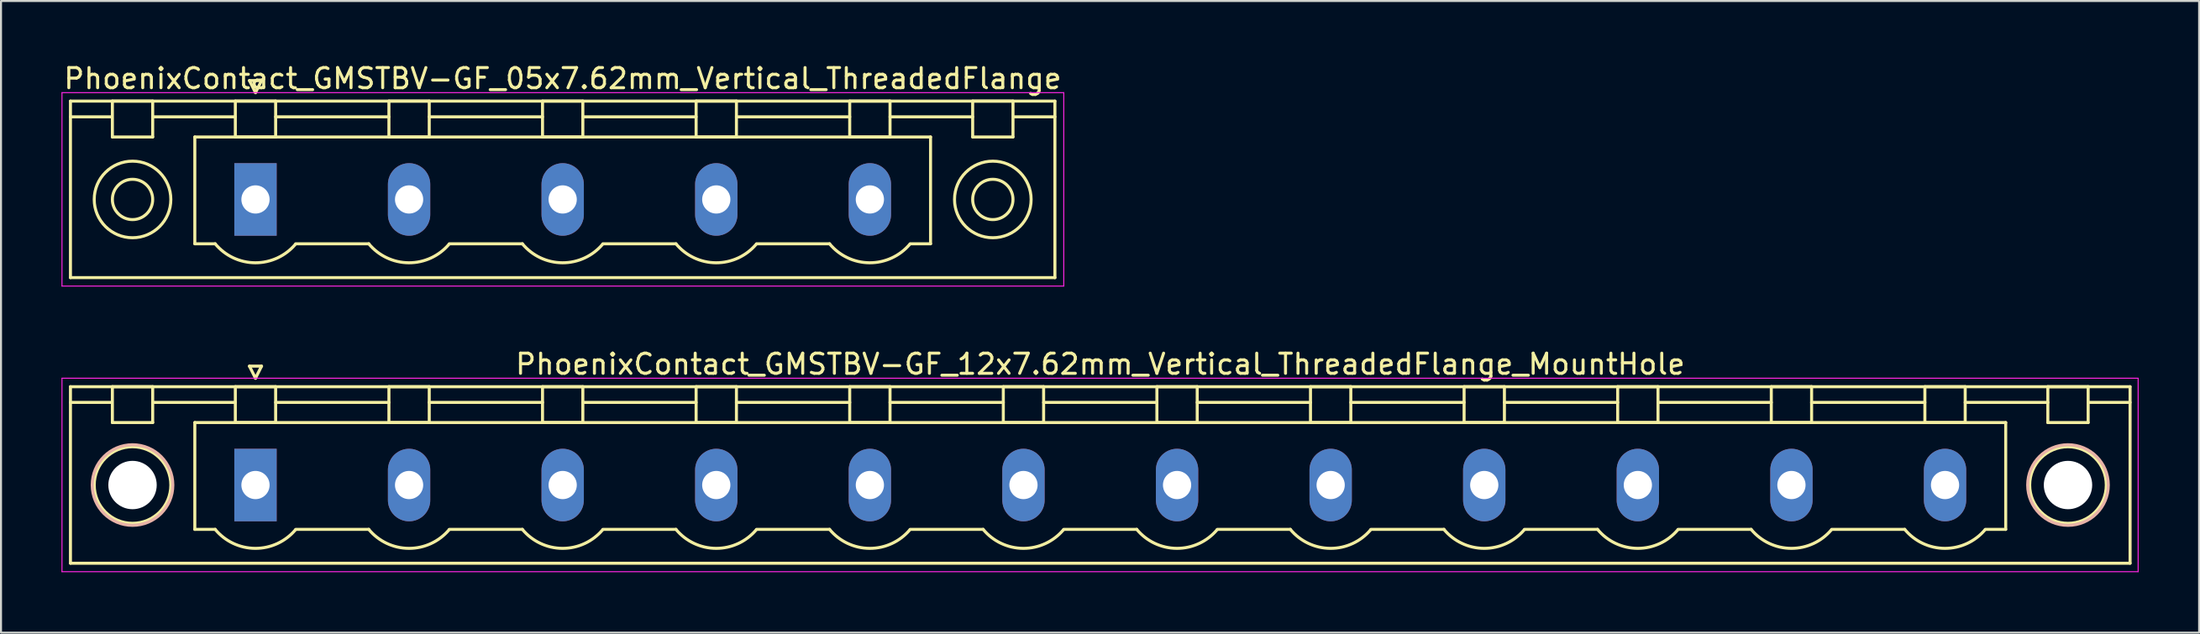
<source format=kicad_pcb>
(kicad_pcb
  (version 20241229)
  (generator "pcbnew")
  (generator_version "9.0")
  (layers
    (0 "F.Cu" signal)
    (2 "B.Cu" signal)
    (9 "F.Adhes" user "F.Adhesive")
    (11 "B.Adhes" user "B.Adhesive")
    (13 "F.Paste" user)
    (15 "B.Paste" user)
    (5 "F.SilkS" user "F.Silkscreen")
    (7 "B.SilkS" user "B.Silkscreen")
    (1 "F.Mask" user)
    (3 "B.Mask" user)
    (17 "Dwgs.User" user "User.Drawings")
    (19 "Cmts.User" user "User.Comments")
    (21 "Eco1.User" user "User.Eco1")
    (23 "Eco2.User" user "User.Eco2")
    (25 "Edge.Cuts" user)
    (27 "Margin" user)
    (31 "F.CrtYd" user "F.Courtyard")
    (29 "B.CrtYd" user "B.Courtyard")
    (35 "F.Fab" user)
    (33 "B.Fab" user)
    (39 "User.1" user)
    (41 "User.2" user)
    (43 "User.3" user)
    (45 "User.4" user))
  (footprint "PhoenixContact_GMSTBV-GF_12x7.62mm_Vertical_ThreadedFlange_MountHole"
    (layer "F.Cu")
    (at 9.625 21.021)
    (property "Reference" "PhoenixContact_GMSTBV-GF_12x7.62mm_Vertical_ThreadedFlange_MountHole" (at 41.91 -6 0) (layer "F.SilkS") (effects (font (size 1 1) (thickness 0.15))))
    (attr through_hole)
    (fp_line (start -9.18 -4.88) (end -9.18 3.88) (stroke (width 0.15) (type solid)) (layer "F.SilkS"))
    (fp_line (start -9.18 -4.1) (end -7.18 -4.1) (stroke (width 0.15) (type solid)) (layer "F.SilkS"))
    (fp_line (start -9.18 3.88) (end 93 3.88) (stroke (width 0.15) (type solid)) (layer "F.SilkS"))
    (fp_line (start -7.1 -4.88) (end -5.1 -4.88) (stroke (width 0.15) (type solid)) (layer "F.SilkS"))
    (fp_line (start -7.1 -3.1) (end -7.1 -4.88) (stroke (width 0.15) (type solid)) (layer "F.SilkS"))
    (fp_line (start -5.1 -4.88) (end -5.1 -3.1) (stroke (width 0.15) (type solid)) (layer "F.SilkS"))
    (fp_line (start -5.1 -4.1) (end -1 -4.1) (stroke (width 0.15) (type solid)) (layer "F.SilkS"))
    (fp_line (start -5.1 -3.1) (end -7.1 -3.1) (stroke (width 0.15) (type solid)) (layer "F.SilkS"))
    (fp_line (start -3.01 -3.1) (end 86.83 -3.1) (stroke (width 0.15) (type solid)) (layer "F.SilkS"))
    (fp_line (start -3.01 2.2) (end -3.01 -3.1) (stroke (width 0.15) (type solid)) (layer "F.SilkS"))
    (fp_line (start -2 2.2) (end -3.01 2.2) (stroke (width 0.15) (type solid)) (layer "F.SilkS"))
    (fp_line (start -1 -4.88) (end 1 -4.88) (stroke (width 0.15) (type solid)) (layer "F.SilkS"))
    (fp_line (start -1 -3.1) (end -1 -4.88) (stroke (width 0.15) (type solid)) (layer "F.SilkS"))
    (fp_line (start -0.3 -5.9) (end 0 -5.3) (stroke (width 0.15) (type solid)) (layer "F.SilkS"))
    (fp_line (start 0 -5.3) (end 0.3 -5.9) (stroke (width 0.15) (type solid)) (layer "F.SilkS"))
    (fp_line (start 0.3 -5.9) (end -0.3 -5.9) (stroke (width 0.15) (type solid)) (layer "F.SilkS"))
    (fp_line (start 1 -4.88) (end 1 -3.1) (stroke (width 0.15) (type solid)) (layer "F.SilkS"))
    (fp_line (start 1 -4.1) (end 6.62 -4.1) (stroke (width 0.15) (type solid)) (layer "F.SilkS"))
    (fp_line (start 1 -3.1) (end -1 -3.1) (stroke (width 0.15) (type solid)) (layer "F.SilkS"))
    (fp_line (start 2 2.2) (end 5.62 2.2) (stroke (width 0.15) (type solid)) (layer "F.SilkS"))
    (fp_line (start 6.62 -4.88) (end 8.62 -4.88) (stroke (width 0.15) (type solid)) (layer "F.SilkS"))
    (fp_line (start 6.62 -3.1) (end 6.62 -4.88) (stroke (width 0.15) (type solid)) (layer "F.SilkS"))
    (fp_line (start 8.62 -4.88) (end 8.62 -3.1) (stroke (width 0.15) (type solid)) (layer "F.SilkS"))
    (fp_line (start 8.62 -4.1) (end 14.24 -4.1) (stroke (width 0.15) (type solid)) (layer "F.SilkS"))
    (fp_line (start 8.62 -3.1) (end 6.62 -3.1) (stroke (width 0.15) (type solid)) (layer "F.SilkS"))
    (fp_line (start 9.62 2.2) (end 13.24 2.2) (stroke (width 0.15) (type solid)) (layer "F.SilkS"))
    (fp_line (start 14.24 -4.88) (end 16.24 -4.88) (stroke (width 0.15) (type solid)) (layer "F.SilkS"))
    (fp_line (start 14.24 -3.1) (end 14.24 -4.88) (stroke (width 0.15) (type solid)) (layer "F.SilkS"))
    (fp_line (start 16.24 -4.88) (end 16.24 -3.1) (stroke (width 0.15) (type solid)) (layer "F.SilkS"))
    (fp_line (start 16.24 -4.1) (end 21.86 -4.1) (stroke (width 0.15) (type solid)) (layer "F.SilkS"))
    (fp_line (start 16.24 -3.1) (end 14.24 -3.1) (stroke (width 0.15) (type solid)) (layer "F.SilkS"))
    (fp_line (start 17.24 2.2) (end 20.86 2.2) (stroke (width 0.15) (type solid)) (layer "F.SilkS"))
    (fp_line (start 21.86 -4.88) (end 23.86 -4.88) (stroke (width 0.15) (type solid)) (layer "F.SilkS"))
    (fp_line (start 21.86 -3.1) (end 21.86 -4.88) (stroke (width 0.15) (type solid)) (layer "F.SilkS"))
    (fp_line (start 23.86 -4.88) (end 23.86 -3.1) (stroke (width 0.15) (type solid)) (layer "F.SilkS"))
    (fp_line (start 23.86 -4.1) (end 29.48 -4.1) (stroke (width 0.15) (type solid)) (layer "F.SilkS"))
    (fp_line (start 23.86 -3.1) (end 21.86 -3.1) (stroke (width 0.15) (type solid)) (layer "F.SilkS"))
    (fp_line (start 24.86 2.2) (end 28.48 2.2) (stroke (width 0.15) (type solid)) (layer "F.SilkS"))
    (fp_line (start 29.48 -4.88) (end 31.48 -4.88) (stroke (width 0.15) (type solid)) (layer "F.SilkS"))
    (fp_line (start 29.48 -3.1) (end 29.48 -4.88) (stroke (width 0.15) (type solid)) (layer "F.SilkS"))
    (fp_line (start 31.48 -4.88) (end 31.48 -3.1) (stroke (width 0.15) (type solid)) (layer "F.SilkS"))
    (fp_line (start 31.48 -4.1) (end 37.1 -4.1) (stroke (width 0.15) (type solid)) (layer "F.SilkS"))
    (fp_line (start 31.48 -3.1) (end 29.48 -3.1) (stroke (width 0.15) (type solid)) (layer "F.SilkS"))
    (fp_line (start 32.48 2.2) (end 36.1 2.2) (stroke (width 0.15) (type solid)) (layer "F.SilkS"))
    (fp_line (start 37.1 -4.88) (end 39.1 -4.88) (stroke (width 0.15) (type solid)) (layer "F.SilkS"))
    (fp_line (start 37.1 -3.1) (end 37.1 -4.88) (stroke (width 0.15) (type solid)) (layer "F.SilkS"))
    (fp_line (start 39.1 -4.88) (end 39.1 -3.1) (stroke (width 0.15) (type solid)) (layer "F.SilkS"))
    (fp_line (start 39.1 -4.1) (end 44.72 -4.1) (stroke (width 0.15) (type solid)) (layer "F.SilkS"))
    (fp_line (start 39.1 -3.1) (end 37.1 -3.1) (stroke (width 0.15) (type solid)) (layer "F.SilkS"))
    (fp_line (start 40.1 2.2) (end 43.72 2.2) (stroke (width 0.15) (type solid)) (layer "F.SilkS"))
    (fp_line (start 44.72 -4.88) (end 46.72 -4.88) (stroke (width 0.15) (type solid)) (layer "F.SilkS"))
    (fp_line (start 44.72 -3.1) (end 44.72 -4.88) (stroke (width 0.15) (type solid)) (layer "F.SilkS"))
    (fp_line (start 46.72 -4.88) (end 46.72 -3.1) (stroke (width 0.15) (type solid)) (layer "F.SilkS"))
    (fp_line (start 46.72 -4.1) (end 52.34 -4.1) (stroke (width 0.15) (type solid)) (layer "F.SilkS"))
    (fp_line (start 46.72 -3.1) (end 44.72 -3.1) (stroke (width 0.15) (type solid)) (layer "F.SilkS"))
    (fp_line (start 47.72 2.2) (end 51.34 2.2) (stroke (width 0.15) (type solid)) (layer "F.SilkS"))
    (fp_line (start 52.34 -4.88) (end 54.34 -4.88) (stroke (width 0.15) (type solid)) (layer "F.SilkS"))
    (fp_line (start 52.34 -3.1) (end 52.34 -4.88) (stroke (width 0.15) (type solid)) (layer "F.SilkS"))
    (fp_line (start 54.34 -4.88) (end 54.34 -3.1) (stroke (width 0.15) (type solid)) (layer "F.SilkS"))
    (fp_line (start 54.34 -4.1) (end 59.96 -4.1) (stroke (width 0.15) (type solid)) (layer "F.SilkS"))
    (fp_line (start 54.34 -3.1) (end 52.34 -3.1) (stroke (width 0.15) (type solid)) (layer "F.SilkS"))
    (fp_line (start 55.34 2.2) (end 58.96 2.2) (stroke (width 0.15) (type solid)) (layer "F.SilkS"))
    (fp_line (start 59.96 -4.88) (end 61.96 -4.88) (stroke (width 0.15) (type solid)) (layer "F.SilkS"))
    (fp_line (start 59.96 -3.1) (end 59.96 -4.88) (stroke (width 0.15) (type solid)) (layer "F.SilkS"))
    (fp_line (start 61.96 -4.88) (end 61.96 -3.1) (stroke (width 0.15) (type solid)) (layer "F.SilkS"))
    (fp_line (start 61.96 -4.1) (end 67.58 -4.1) (stroke (width 0.15) (type solid)) (layer "F.SilkS"))
    (fp_line (start 61.96 -3.1) (end 59.96 -3.1) (stroke (width 0.15) (type solid)) (layer "F.SilkS"))
    (fp_line (start 62.96 2.2) (end 66.58 2.2) (stroke (width 0.15) (type solid)) (layer "F.SilkS"))
    (fp_line (start 67.58 -4.88) (end 69.58 -4.88) (stroke (width 0.15) (type solid)) (layer "F.SilkS"))
    (fp_line (start 67.58 -3.1) (end 67.58 -4.88) (stroke (width 0.15) (type solid)) (layer "F.SilkS"))
    (fp_line (start 69.58 -4.88) (end 69.58 -3.1) (stroke (width 0.15) (type solid)) (layer "F.SilkS"))
    (fp_line (start 69.58 -4.1) (end 75.2 -4.1) (stroke (width 0.15) (type solid)) (layer "F.SilkS"))
    (fp_line (start 69.58 -3.1) (end 67.58 -3.1) (stroke (width 0.15) (type solid)) (layer "F.SilkS"))
    (fp_line (start 70.58 2.2) (end 74.2 2.2) (stroke (width 0.15) (type solid)) (layer "F.SilkS"))
    (fp_line (start 75.2 -4.88) (end 77.2 -4.88) (stroke (width 0.15) (type solid)) (layer "F.SilkS"))
    (fp_line (start 75.2 -3.1) (end 75.2 -4.88) (stroke (width 0.15) (type solid)) (layer "F.SilkS"))
    (fp_line (start 77.2 -4.88) (end 77.2 -3.1) (stroke (width 0.15) (type solid)) (layer "F.SilkS"))
    (fp_line (start 77.2 -4.1) (end 82.82 -4.1) (stroke (width 0.15) (type solid)) (layer "F.SilkS"))
    (fp_line (start 77.2 -3.1) (end 75.2 -3.1) (stroke (width 0.15) (type solid)) (layer "F.SilkS"))
    (fp_line (start 78.2 2.2) (end 81.82 2.2) (stroke (width 0.15) (type solid)) (layer "F.SilkS"))
    (fp_line (start 82.82 -4.88) (end 84.82 -4.88) (stroke (width 0.15) (type solid)) (layer "F.SilkS"))
    (fp_line (start 82.82 -3.1) (end 82.82 -4.88) (stroke (width 0.15) (type solid)) (layer "F.SilkS"))
    (fp_line (start 84.82 -4.88) (end 84.82 -3.1) (stroke (width 0.15) (type solid)) (layer "F.SilkS"))
    (fp_line (start 84.82 -4.1) (end 88.92 -4.1) (stroke (width 0.15) (type solid)) (layer "F.SilkS"))
    (fp_line (start 84.82 -3.1) (end 82.82 -3.1) (stroke (width 0.15) (type solid)) (layer "F.SilkS"))
    (fp_line (start 86.83 -3.1) (end 86.83 2.2) (stroke (width 0.15) (type solid)) (layer "F.SilkS"))
    (fp_line (start 86.83 2.2) (end 85.82 2.2) (stroke (width 0.15) (type solid)) (layer "F.SilkS"))
    (fp_line (start 88.92 -4.88) (end 90.92 -4.88) (stroke (width 0.15) (type solid)) (layer "F.SilkS"))
    (fp_line (start 88.92 -3.1) (end 88.92 -4.88) (stroke (width 0.15) (type solid)) (layer "F.SilkS"))
    (fp_line (start 90.92 -4.88) (end 90.92 -3.1) (stroke (width 0.15) (type solid)) (layer "F.SilkS"))
    (fp_line (start 90.92 -3.1) (end 88.92 -3.1) (stroke (width 0.15) (type solid)) (layer "F.SilkS"))
    (fp_line (start 93 -4.88) (end -9.18 -4.88) (stroke (width 0.15) (type solid)) (layer "F.SilkS"))
    (fp_line (start 93 -4.1) (end 91 -4.1) (stroke (width 0.15) (type solid)) (layer "F.SilkS"))
    (fp_line (start 93 3.88) (end 93 -4.88) (stroke (width 0.15) (type solid)) (layer "F.SilkS"))
    (fp_arc (start 1.986842 2.215821) (mid -0.010289 3.142758) (end -2 2.2) (stroke (width 0.15) (type solid)) (layer "F.SilkS"))
    (fp_arc (start 9.606842 2.215821) (mid 7.609711 3.142758) (end 5.62 2.2) (stroke (width 0.15) (type solid)) (layer "F.SilkS"))
    (fp_arc (start 17.226842 2.215821) (mid 15.229711 3.142758) (end 13.24 2.2) (stroke (width 0.15) (type solid)) (layer "F.SilkS"))
    (fp_arc (start 24.846842 2.215821) (mid 22.849711 3.142758) (end 20.86 2.2) (stroke (width 0.15) (type solid)) (layer "F.SilkS"))
    (fp_arc (start 32.466842 2.215821) (mid 30.469711 3.142758) (end 28.48 2.2) (stroke (width 0.15) (type solid)) (layer "F.SilkS"))
    (fp_arc (start 40.086842 2.215821) (mid 38.089711 3.142758) (end 36.1 2.2) (stroke (width 0.15) (type solid)) (layer "F.SilkS"))
    (fp_arc (start 47.706842 2.215821) (mid 45.709711 3.142758) (end 43.72 2.2) (stroke (width 0.15) (type solid)) (layer "F.SilkS"))
    (fp_arc (start 55.326842 2.215821) (mid 53.329711 3.142758) (end 51.34 2.2) (stroke (width 0.15) (type solid)) (layer "F.SilkS"))
    (fp_arc (start 62.946842 2.215821) (mid 60.949711 3.142758) (end 58.96 2.2) (stroke (width 0.15) (type solid)) (layer "F.SilkS"))
    (fp_arc (start 70.566842 2.215821) (mid 68.569711 3.142758) (end 66.58 2.2) (stroke (width 0.15) (type solid)) (layer "F.SilkS"))
    (fp_arc (start 78.186842 2.215821) (mid 76.189711 3.142758) (end 74.2 2.2) (stroke (width 0.15) (type solid)) (layer "F.SilkS"))
    (fp_arc (start 85.806842 2.215821) (mid 83.809711 3.142758) (end 81.82 2.2) (stroke (width 0.15) (type solid)) (layer "F.SilkS"))
    (fp_circle (center -6.1 0) (end -4.2 0) (stroke (width 0.15) (type solid)) (fill no) (layer "F.SilkS"))
    (fp_circle (center 89.92 0) (end 91.82 0) (stroke (width 0.15) (type solid)) (fill no) (layer "F.SilkS"))
    (fp_circle (center -6.1 0) (end -4.1 0) (stroke (width 0.15) (type solid)) (fill no) (layer "B.SilkS"))
    (fp_circle (center 89.92 0) (end 91.92 0) (stroke (width 0.15) (type solid)) (fill no) (layer "B.SilkS"))
    (fp_line (start -9.6 -5.3) (end -9.6 4.3) (stroke (width 0.05) (type solid)) (layer "F.CrtYd"))
    (fp_line (start -9.6 4.3) (end 93.4 4.3) (stroke (width 0.05) (type solid)) (layer "F.CrtYd"))
    (fp_line (start 93.4 -5.3) (end -9.6 -5.3) (stroke (width 0.05) (type solid)) (layer "F.CrtYd"))
    (fp_line (start 93.4 4.3) (end 93.4 -5.3) (stroke (width 0.05) (type solid)) (layer "F.CrtYd"))
    (pad "" np_thru_hole circle (at -6.1 0) (size 2.4 2.4) (drill 2.4) (layers "*.Cu" "*.Mask"))
    (pad "" np_thru_hole circle (at 89.92 0) (size 2.4 2.4) (drill 2.4) (layers "*.Cu" "*.Mask"))
    (pad "1" thru_hole rect (at 0 0) (size 2.1 3.6) (drill 1.4) (layers "*.Cu" "*.Mask"))
    (pad "2" thru_hole oval (at 7.62 0) (size 2.1 3.6) (drill 1.4) (layers "*.Cu" "*.Mask"))
    (pad "3" thru_hole oval (at 15.24 0) (size 2.1 3.6) (drill 1.4) (layers "*.Cu" "*.Mask"))
    (pad "4" thru_hole oval (at 22.86 0) (size 2.1 3.6) (drill 1.4) (layers "*.Cu" "*.Mask"))
    (pad "5" thru_hole oval (at 30.48 0) (size 2.1 3.6) (drill 1.4) (layers "*.Cu" "*.Mask"))
    (pad "6" thru_hole oval (at 38.1 0) (size 2.1 3.6) (drill 1.4) (layers "*.Cu" "*.Mask"))
    (pad "7" thru_hole oval (at 45.72 0) (size 2.1 3.6) (drill 1.4) (layers "*.Cu" "*.Mask"))
    (pad "8" thru_hole oval (at 53.34 0) (size 2.1 3.6) (drill 1.4) (layers "*.Cu" "*.Mask"))
    (pad "9" thru_hole oval (at 60.96 0) (size 2.1 3.6) (drill 1.4) (layers "*.Cu" "*.Mask"))
    (pad "10" thru_hole oval (at 68.58 0) (size 2.1 3.6) (drill 1.4) (layers "*.Cu" "*.Mask"))
    (pad "11" thru_hole oval (at 76.2 0) (size 2.1 3.6) (drill 1.4) (layers "*.Cu" "*.Mask"))
    (pad "12" thru_hole oval (at 83.82 0) (size 2.1 3.6) (drill 1.4) (layers "*.Cu" "*.Mask")))
  (footprint "PhoenixContact_GMSTBV-GF_05x7.62mm_Vertical_ThreadedFlange"
    (layer "F.Cu")
    (at 9.625 6.848)
    (property "Reference" "PhoenixContact_GMSTBV-GF_05x7.62mm_Vertical_ThreadedFlange" (at 15.24 -6 0) (layer "F.SilkS") (effects (font (size 1 1) (thickness 0.15))))
    (attr through_hole)
    (fp_line (start -9.18 -4.88) (end -9.18 3.88) (stroke (width 0.15) (type solid)) (layer "F.SilkS"))
    (fp_line (start -9.18 -4.1) (end -7.18 -4.1) (stroke (width 0.15) (type solid)) (layer "F.SilkS"))
    (fp_line (start -9.18 3.88) (end 39.66 3.88) (stroke (width 0.15) (type solid)) (layer "F.SilkS"))
    (fp_line (start -7.1 -4.88) (end -5.1 -4.88) (stroke (width 0.15) (type solid)) (layer "F.SilkS"))
    (fp_line (start -7.1 -3.1) (end -7.1 -4.88) (stroke (width 0.15) (type solid)) (layer "F.SilkS"))
    (fp_line (start -5.1 -4.88) (end -5.1 -3.1) (stroke (width 0.15) (type solid)) (layer "F.SilkS"))
    (fp_line (start -5.1 -4.1) (end -1 -4.1) (stroke (width 0.15) (type solid)) (layer "F.SilkS"))
    (fp_line (start -5.1 -3.1) (end -7.1 -3.1) (stroke (width 0.15) (type solid)) (layer "F.SilkS"))
    (fp_line (start -3.01 -3.1) (end 33.49 -3.1) (stroke (width 0.15) (type solid)) (layer "F.SilkS"))
    (fp_line (start -3.01 2.2) (end -3.01 -3.1) (stroke (width 0.15) (type solid)) (layer "F.SilkS"))
    (fp_line (start -2 2.2) (end -3.01 2.2) (stroke (width 0.15) (type solid)) (layer "F.SilkS"))
    (fp_line (start -1 -4.88) (end 1 -4.88) (stroke (width 0.15) (type solid)) (layer "F.SilkS"))
    (fp_line (start -1 -3.1) (end -1 -4.88) (stroke (width 0.15) (type solid)) (layer "F.SilkS"))
    (fp_line (start -0.3 -5.9) (end 0 -5.3) (stroke (width 0.15) (type solid)) (layer "F.SilkS"))
    (fp_line (start 0 -5.3) (end 0.3 -5.9) (stroke (width 0.15) (type solid)) (layer "F.SilkS"))
    (fp_line (start 0.3 -5.9) (end -0.3 -5.9) (stroke (width 0.15) (type solid)) (layer "F.SilkS"))
    (fp_line (start 1 -4.88) (end 1 -3.1) (stroke (width 0.15) (type solid)) (layer "F.SilkS"))
    (fp_line (start 1 -4.1) (end 6.62 -4.1) (stroke (width 0.15) (type solid)) (layer "F.SilkS"))
    (fp_line (start 1 -3.1) (end -1 -3.1) (stroke (width 0.15) (type solid)) (layer "F.SilkS"))
    (fp_line (start 2 2.2) (end 5.62 2.2) (stroke (width 0.15) (type solid)) (layer "F.SilkS"))
    (fp_line (start 6.62 -4.88) (end 8.62 -4.88) (stroke (width 0.15) (type solid)) (layer "F.SilkS"))
    (fp_line (start 6.62 -3.1) (end 6.62 -4.88) (stroke (width 0.15) (type solid)) (layer "F.SilkS"))
    (fp_line (start 8.62 -4.88) (end 8.62 -3.1) (stroke (width 0.15) (type solid)) (layer "F.SilkS"))
    (fp_line (start 8.62 -4.1) (end 14.24 -4.1) (stroke (width 0.15) (type solid)) (layer "F.SilkS"))
    (fp_line (start 8.62 -3.1) (end 6.62 -3.1) (stroke (width 0.15) (type solid)) (layer "F.SilkS"))
    (fp_line (start 9.62 2.2) (end 13.24 2.2) (stroke (width 0.15) (type solid)) (layer "F.SilkS"))
    (fp_line (start 14.24 -4.88) (end 16.24 -4.88) (stroke (width 0.15) (type solid)) (layer "F.SilkS"))
    (fp_line (start 14.24 -3.1) (end 14.24 -4.88) (stroke (width 0.15) (type solid)) (layer "F.SilkS"))
    (fp_line (start 16.24 -4.88) (end 16.24 -3.1) (stroke (width 0.15) (type solid)) (layer "F.SilkS"))
    (fp_line (start 16.24 -4.1) (end 21.86 -4.1) (stroke (width 0.15) (type solid)) (layer "F.SilkS"))
    (fp_line (start 16.24 -3.1) (end 14.24 -3.1) (stroke (width 0.15) (type solid)) (layer "F.SilkS"))
    (fp_line (start 17.24 2.2) (end 20.86 2.2) (stroke (width 0.15) (type solid)) (layer "F.SilkS"))
    (fp_line (start 21.86 -4.88) (end 23.86 -4.88) (stroke (width 0.15) (type solid)) (layer "F.SilkS"))
    (fp_line (start 21.86 -3.1) (end 21.86 -4.88) (stroke (width 0.15) (type solid)) (layer "F.SilkS"))
    (fp_line (start 23.86 -4.88) (end 23.86 -3.1) (stroke (width 0.15) (type solid)) (layer "F.SilkS"))
    (fp_line (start 23.86 -4.1) (end 29.48 -4.1) (stroke (width 0.15) (type solid)) (layer "F.SilkS"))
    (fp_line (start 23.86 -3.1) (end 21.86 -3.1) (stroke (width 0.15) (type solid)) (layer "F.SilkS"))
    (fp_line (start 24.86 2.2) (end 28.48 2.2) (stroke (width 0.15) (type solid)) (layer "F.SilkS"))
    (fp_line (start 29.48 -4.88) (end 31.48 -4.88) (stroke (width 0.15) (type solid)) (layer "F.SilkS"))
    (fp_line (start 29.48 -3.1) (end 29.48 -4.88) (stroke (width 0.15) (type solid)) (layer "F.SilkS"))
    (fp_line (start 31.48 -4.88) (end 31.48 -3.1) (stroke (width 0.15) (type solid)) (layer "F.SilkS"))
    (fp_line (start 31.48 -4.1) (end 35.58 -4.1) (stroke (width 0.15) (type solid)) (layer "F.SilkS"))
    (fp_line (start 31.48 -3.1) (end 29.48 -3.1) (stroke (width 0.15) (type solid)) (layer "F.SilkS"))
    (fp_line (start 33.49 -3.1) (end 33.49 2.2) (stroke (width 0.15) (type solid)) (layer "F.SilkS"))
    (fp_line (start 33.49 2.2) (end 32.48 2.2) (stroke (width 0.15) (type solid)) (layer "F.SilkS"))
    (fp_line (start 35.58 -4.88) (end 37.58 -4.88) (stroke (width 0.15) (type solid)) (layer "F.SilkS"))
    (fp_line (start 35.58 -3.1) (end 35.58 -4.88) (stroke (width 0.15) (type solid)) (layer "F.SilkS"))
    (fp_line (start 37.58 -4.88) (end 37.58 -3.1) (stroke (width 0.15) (type solid)) (layer "F.SilkS"))
    (fp_line (start 37.58 -3.1) (end 35.58 -3.1) (stroke (width 0.15) (type solid)) (layer "F.SilkS"))
    (fp_line (start 39.66 -4.88) (end -9.18 -4.88) (stroke (width 0.15) (type solid)) (layer "F.SilkS"))
    (fp_line (start 39.66 -4.1) (end 37.66 -4.1) (stroke (width 0.15) (type solid)) (layer "F.SilkS"))
    (fp_line (start 39.66 3.88) (end 39.66 -4.88) (stroke (width 0.15) (type solid)) (layer "F.SilkS"))
    (fp_arc (start 1.986842 2.215821) (mid -0.010289 3.142758) (end -2 2.2) (stroke (width 0.15) (type solid)) (layer "F.SilkS"))
    (fp_arc (start 9.606842 2.215821) (mid 7.609711 3.142758) (end 5.62 2.2) (stroke (width 0.15) (type solid)) (layer "F.SilkS"))
    (fp_arc (start 17.226842 2.215821) (mid 15.229711 3.142758) (end 13.24 2.2) (stroke (width 0.15) (type solid)) (layer "F.SilkS"))
    (fp_arc (start 24.846842 2.215821) (mid 22.849711 3.142758) (end 20.86 2.2) (stroke (width 0.15) (type solid)) (layer "F.SilkS"))
    (fp_arc (start 32.466842 2.215821) (mid 30.469711 3.142758) (end 28.48 2.2) (stroke (width 0.15) (type solid)) (layer "F.SilkS"))
    (fp_circle (center -6.1 0) (end -5.1 0) (stroke (width 0.15) (type solid)) (fill no) (layer "F.SilkS"))
    (fp_circle (center -6.1 0) (end -4.2 0) (stroke (width 0.15) (type solid)) (fill no) (layer "F.SilkS"))
    (fp_circle (center 36.58 0) (end 37.58 0) (stroke (width 0.15) (type solid)) (fill no) (layer "F.SilkS"))
    (fp_circle (center 36.58 0) (end 38.48 0) (stroke (width 0.15) (type solid)) (fill no) (layer "F.SilkS"))
    (fp_line (start -9.6 -5.3) (end -9.6 4.3) (stroke (width 0.05) (type solid)) (layer "F.CrtYd"))
    (fp_line (start -9.6 4.3) (end 40.1 4.3) (stroke (width 0.05) (type solid)) (layer "F.CrtYd"))
    (fp_line (start 40.1 -5.3) (end -9.6 -5.3) (stroke (width 0.05) (type solid)) (layer "F.CrtYd"))
    (fp_line (start 40.1 4.3) (end 40.1 -5.3) (stroke (width 0.05) (type solid)) (layer "F.CrtYd"))
    (pad "1" thru_hole rect (at 0 0) (size 2.1 3.6) (drill 1.4) (layers "*.Cu" "*.Mask"))
    (pad "2" thru_hole oval (at 7.62 0) (size 2.1 3.6) (drill 1.4) (layers "*.Cu" "*.Mask"))
    (pad "3" thru_hole oval (at 15.24 0) (size 2.1 3.6) (drill 1.4) (layers "*.Cu" "*.Mask"))
    (pad "4" thru_hole oval (at 22.86 0) (size 2.1 3.6) (drill 1.4) (layers "*.Cu" "*.Mask"))
    (pad "5" thru_hole oval (at 30.48 0) (size 2.1 3.6) (drill 1.4) (layers "*.Cu" "*.Mask")))
  (gr_rect
    (start -3 -3)
    (end 106.05 28.346)
    (stroke (width 0.1) (type default))
    (fill no)
    (layer "Edge.Cuts")))
</source>
